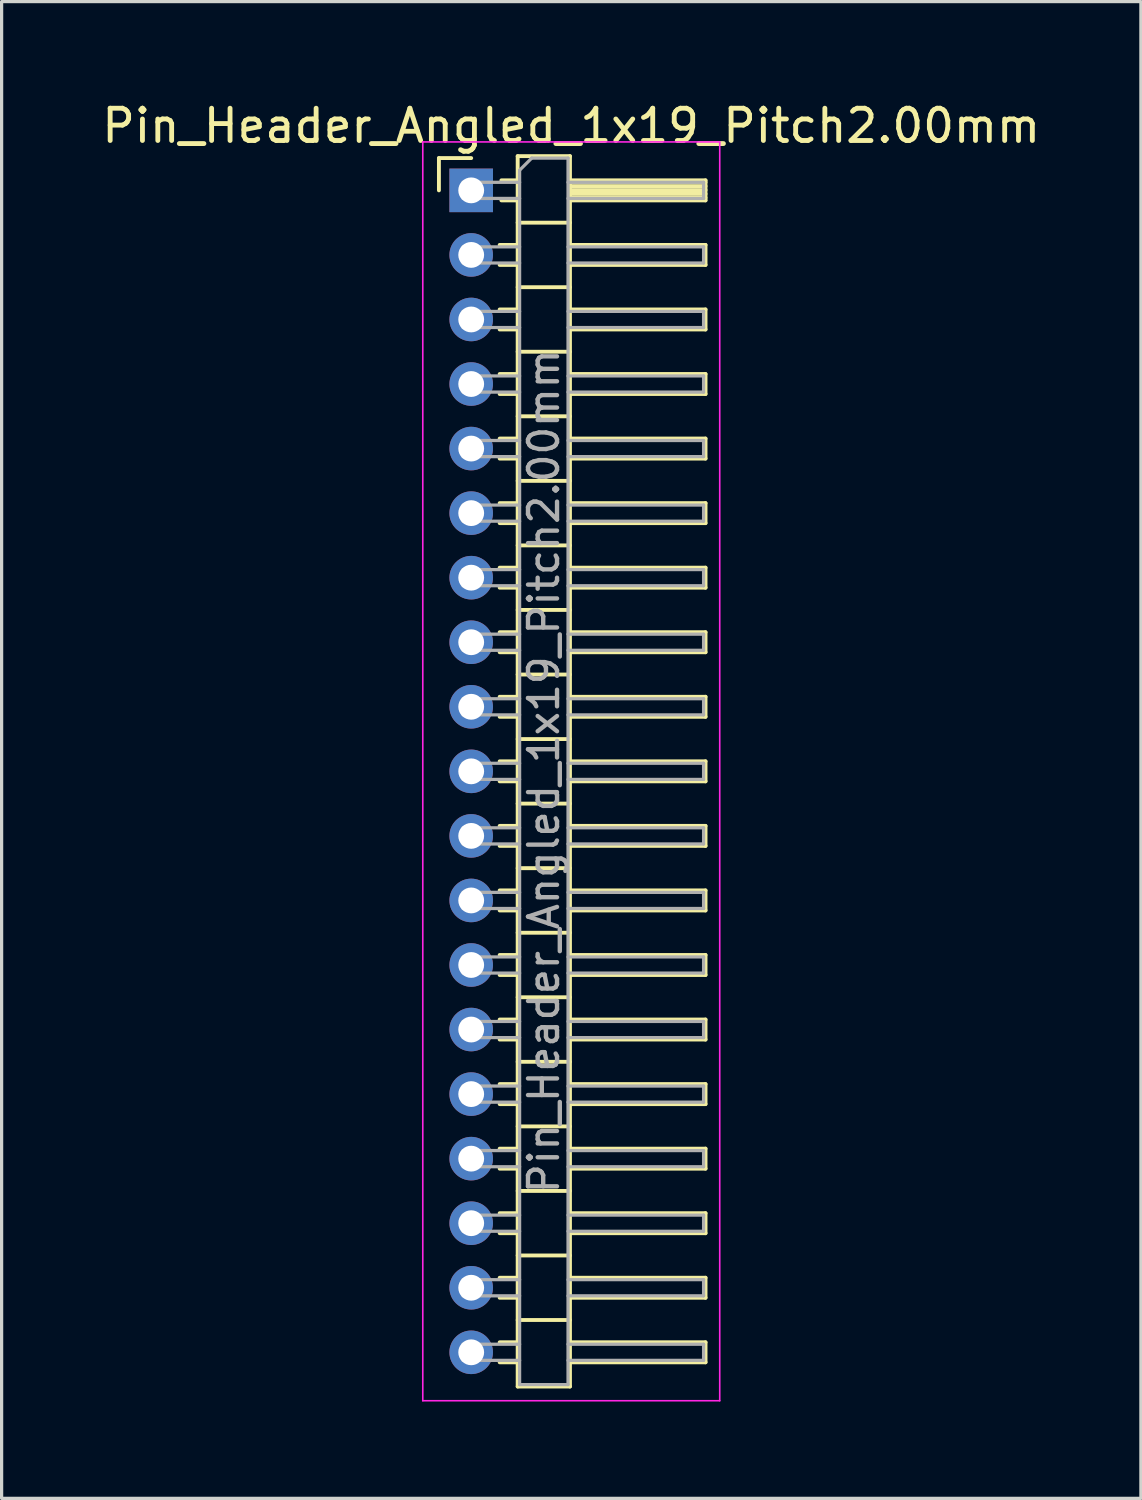
<source format=kicad_pcb>
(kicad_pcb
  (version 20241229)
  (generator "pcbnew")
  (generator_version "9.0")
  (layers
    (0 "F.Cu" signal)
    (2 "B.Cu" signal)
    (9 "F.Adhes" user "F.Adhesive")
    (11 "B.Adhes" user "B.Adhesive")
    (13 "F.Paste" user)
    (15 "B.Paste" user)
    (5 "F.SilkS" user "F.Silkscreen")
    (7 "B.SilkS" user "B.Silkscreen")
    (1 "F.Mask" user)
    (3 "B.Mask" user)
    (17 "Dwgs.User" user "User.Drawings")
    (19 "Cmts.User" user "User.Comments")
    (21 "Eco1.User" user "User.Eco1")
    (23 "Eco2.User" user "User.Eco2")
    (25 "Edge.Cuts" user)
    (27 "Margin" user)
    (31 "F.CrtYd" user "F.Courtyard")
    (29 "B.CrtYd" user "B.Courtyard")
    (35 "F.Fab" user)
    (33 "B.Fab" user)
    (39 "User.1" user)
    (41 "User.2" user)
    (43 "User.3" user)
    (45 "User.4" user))
  (footprint "Pin_Header_Angled_1x19_Pitch2.00mm"
    (layer "F.Cu")
    (at 11.549 2.848)
    (property "Reference" "Pin_Header_Angled_1x19_Pitch2.00mm" (at 3.1 -2 0) (layer "F.SilkS") (effects (font (size 1 1) (thickness 0.15))))
    (attr through_hole)
    (fp_line (start -1 -1) (end 0 -1) (stroke (width 0.12) (type solid)) (layer "F.SilkS"))
    (fp_line (start -1 0) (end -1 -1) (stroke (width 0.12) (type solid)) (layer "F.SilkS"))
    (fp_line (start 0.882 1.69) (end 1.44 1.69) (stroke (width 0.12) (type solid)) (layer "F.SilkS"))
    (fp_line (start 0.882 2.31) (end 1.44 2.31) (stroke (width 0.12) (type solid)) (layer "F.SilkS"))
    (fp_line (start 0.882 3.69) (end 1.44 3.69) (stroke (width 0.12) (type solid)) (layer "F.SilkS"))
    (fp_line (start 0.882 4.31) (end 1.44 4.31) (stroke (width 0.12) (type solid)) (layer "F.SilkS"))
    (fp_line (start 0.882 5.69) (end 1.44 5.69) (stroke (width 0.12) (type solid)) (layer "F.SilkS"))
    (fp_line (start 0.882 6.31) (end 1.44 6.31) (stroke (width 0.12) (type solid)) (layer "F.SilkS"))
    (fp_line (start 0.882 7.69) (end 1.44 7.69) (stroke (width 0.12) (type solid)) (layer "F.SilkS"))
    (fp_line (start 0.882 8.31) (end 1.44 8.31) (stroke (width 0.12) (type solid)) (layer "F.SilkS"))
    (fp_line (start 0.882 9.69) (end 1.44 9.69) (stroke (width 0.12) (type solid)) (layer "F.SilkS"))
    (fp_line (start 0.882 10.31) (end 1.44 10.31) (stroke (width 0.12) (type solid)) (layer "F.SilkS"))
    (fp_line (start 0.882 11.69) (end 1.44 11.69) (stroke (width 0.12) (type solid)) (layer "F.SilkS"))
    (fp_line (start 0.882 12.31) (end 1.44 12.31) (stroke (width 0.12) (type solid)) (layer "F.SilkS"))
    (fp_line (start 0.882 13.69) (end 1.44 13.69) (stroke (width 0.12) (type solid)) (layer "F.SilkS"))
    (fp_line (start 0.882 14.31) (end 1.44 14.31) (stroke (width 0.12) (type solid)) (layer "F.SilkS"))
    (fp_line (start 0.882 15.69) (end 1.44 15.69) (stroke (width 0.12) (type solid)) (layer "F.SilkS"))
    (fp_line (start 0.882 16.31) (end 1.44 16.31) (stroke (width 0.12) (type solid)) (layer "F.SilkS"))
    (fp_line (start 0.882 17.69) (end 1.44 17.69) (stroke (width 0.12) (type solid)) (layer "F.SilkS"))
    (fp_line (start 0.882 18.31) (end 1.44 18.31) (stroke (width 0.12) (type solid)) (layer "F.SilkS"))
    (fp_line (start 0.882 19.69) (end 1.44 19.69) (stroke (width 0.12) (type solid)) (layer "F.SilkS"))
    (fp_line (start 0.882 20.31) (end 1.44 20.31) (stroke (width 0.12) (type solid)) (layer "F.SilkS"))
    (fp_line (start 0.882 21.69) (end 1.44 21.69) (stroke (width 0.12) (type solid)) (layer "F.SilkS"))
    (fp_line (start 0.882 22.31) (end 1.44 22.31) (stroke (width 0.12) (type solid)) (layer "F.SilkS"))
    (fp_line (start 0.882 23.69) (end 1.44 23.69) (stroke (width 0.12) (type solid)) (layer "F.SilkS"))
    (fp_line (start 0.882 24.31) (end 1.44 24.31) (stroke (width 0.12) (type solid)) (layer "F.SilkS"))
    (fp_line (start 0.882 25.69) (end 1.44 25.69) (stroke (width 0.12) (type solid)) (layer "F.SilkS"))
    (fp_line (start 0.882 26.31) (end 1.44 26.31) (stroke (width 0.12) (type solid)) (layer "F.SilkS"))
    (fp_line (start 0.882 27.69) (end 1.44 27.69) (stroke (width 0.12) (type solid)) (layer "F.SilkS"))
    (fp_line (start 0.882 28.31) (end 1.44 28.31) (stroke (width 0.12) (type solid)) (layer "F.SilkS"))
    (fp_line (start 0.882 29.69) (end 1.44 29.69) (stroke (width 0.12) (type solid)) (layer "F.SilkS"))
    (fp_line (start 0.882 30.31) (end 1.44 30.31) (stroke (width 0.12) (type solid)) (layer "F.SilkS"))
    (fp_line (start 0.882 31.69) (end 1.44 31.69) (stroke (width 0.12) (type solid)) (layer "F.SilkS"))
    (fp_line (start 0.882 32.31) (end 1.44 32.31) (stroke (width 0.12) (type solid)) (layer "F.SilkS"))
    (fp_line (start 0.882 33.69) (end 1.44 33.69) (stroke (width 0.12) (type solid)) (layer "F.SilkS"))
    (fp_line (start 0.882 34.31) (end 1.44 34.31) (stroke (width 0.12) (type solid)) (layer "F.SilkS"))
    (fp_line (start 0.882 35.69) (end 1.44 35.69) (stroke (width 0.12) (type solid)) (layer "F.SilkS"))
    (fp_line (start 0.882 36.31) (end 1.44 36.31) (stroke (width 0.12) (type solid)) (layer "F.SilkS"))
    (fp_line (start 0.935 -0.31) (end 1.44 -0.31) (stroke (width 0.12) (type solid)) (layer "F.SilkS"))
    (fp_line (start 0.935 0.31) (end 1.44 0.31) (stroke (width 0.12) (type solid)) (layer "F.SilkS"))
    (fp_line (start 1.44 -1.06) (end 1.44 37.06) (stroke (width 0.12) (type solid)) (layer "F.SilkS"))
    (fp_line (start 1.44 1) (end 3.06 1) (stroke (width 0.12) (type solid)) (layer "F.SilkS"))
    (fp_line (start 1.44 3) (end 3.06 3) (stroke (width 0.12) (type solid)) (layer "F.SilkS"))
    (fp_line (start 1.44 5) (end 3.06 5) (stroke (width 0.12) (type solid)) (layer "F.SilkS"))
    (fp_line (start 1.44 7) (end 3.06 7) (stroke (width 0.12) (type solid)) (layer "F.SilkS"))
    (fp_line (start 1.44 9) (end 3.06 9) (stroke (width 0.12) (type solid)) (layer "F.SilkS"))
    (fp_line (start 1.44 11) (end 3.06 11) (stroke (width 0.12) (type solid)) (layer "F.SilkS"))
    (fp_line (start 1.44 13) (end 3.06 13) (stroke (width 0.12) (type solid)) (layer "F.SilkS"))
    (fp_line (start 1.44 15) (end 3.06 15) (stroke (width 0.12) (type solid)) (layer "F.SilkS"))
    (fp_line (start 1.44 17) (end 3.06 17) (stroke (width 0.12) (type solid)) (layer "F.SilkS"))
    (fp_line (start 1.44 19) (end 3.06 19) (stroke (width 0.12) (type solid)) (layer "F.SilkS"))
    (fp_line (start 1.44 21) (end 3.06 21) (stroke (width 0.12) (type solid)) (layer "F.SilkS"))
    (fp_line (start 1.44 23) (end 3.06 23) (stroke (width 0.12) (type solid)) (layer "F.SilkS"))
    (fp_line (start 1.44 25) (end 3.06 25) (stroke (width 0.12) (type solid)) (layer "F.SilkS"))
    (fp_line (start 1.44 27) (end 3.06 27) (stroke (width 0.12) (type solid)) (layer "F.SilkS"))
    (fp_line (start 1.44 29) (end 3.06 29) (stroke (width 0.12) (type solid)) (layer "F.SilkS"))
    (fp_line (start 1.44 31) (end 3.06 31) (stroke (width 0.12) (type solid)) (layer "F.SilkS"))
    (fp_line (start 1.44 33) (end 3.06 33) (stroke (width 0.12) (type solid)) (layer "F.SilkS"))
    (fp_line (start 1.44 35) (end 3.06 35) (stroke (width 0.12) (type solid)) (layer "F.SilkS"))
    (fp_line (start 1.44 37.06) (end 3.06 37.06) (stroke (width 0.12) (type solid)) (layer "F.SilkS"))
    (fp_line (start 3.06 -1.06) (end 1.44 -1.06) (stroke (width 0.12) (type solid)) (layer "F.SilkS"))
    (fp_line (start 3.06 -0.31) (end 7.26 -0.31) (stroke (width 0.12) (type solid)) (layer "F.SilkS"))
    (fp_line (start 3.06 -0.25) (end 7.26 -0.25) (stroke (width 0.12) (type solid)) (layer "F.SilkS"))
    (fp_line (start 3.06 -0.13) (end 7.26 -0.13) (stroke (width 0.12) (type solid)) (layer "F.SilkS"))
    (fp_line (start 3.06 -0.01) (end 7.26 -0.01) (stroke (width 0.12) (type solid)) (layer "F.SilkS"))
    (fp_line (start 3.06 0.11) (end 7.26 0.11) (stroke (width 0.12) (type solid)) (layer "F.SilkS"))
    (fp_line (start 3.06 0.23) (end 7.26 0.23) (stroke (width 0.12) (type solid)) (layer "F.SilkS"))
    (fp_line (start 3.06 1.69) (end 7.26 1.69) (stroke (width 0.12) (type solid)) (layer "F.SilkS"))
    (fp_line (start 3.06 3.69) (end 7.26 3.69) (stroke (width 0.12) (type solid)) (layer "F.SilkS"))
    (fp_line (start 3.06 5.69) (end 7.26 5.69) (stroke (width 0.12) (type solid)) (layer "F.SilkS"))
    (fp_line (start 3.06 7.69) (end 7.26 7.69) (stroke (width 0.12) (type solid)) (layer "F.SilkS"))
    (fp_line (start 3.06 9.69) (end 7.26 9.69) (stroke (width 0.12) (type solid)) (layer "F.SilkS"))
    (fp_line (start 3.06 11.69) (end 7.26 11.69) (stroke (width 0.12) (type solid)) (layer "F.SilkS"))
    (fp_line (start 3.06 13.69) (end 7.26 13.69) (stroke (width 0.12) (type solid)) (layer "F.SilkS"))
    (fp_line (start 3.06 15.69) (end 7.26 15.69) (stroke (width 0.12) (type solid)) (layer "F.SilkS"))
    (fp_line (start 3.06 17.69) (end 7.26 17.69) (stroke (width 0.12) (type solid)) (layer "F.SilkS"))
    (fp_line (start 3.06 19.69) (end 7.26 19.69) (stroke (width 0.12) (type solid)) (layer "F.SilkS"))
    (fp_line (start 3.06 21.69) (end 7.26 21.69) (stroke (width 0.12) (type solid)) (layer "F.SilkS"))
    (fp_line (start 3.06 23.69) (end 7.26 23.69) (stroke (width 0.12) (type solid)) (layer "F.SilkS"))
    (fp_line (start 3.06 25.69) (end 7.26 25.69) (stroke (width 0.12) (type solid)) (layer "F.SilkS"))
    (fp_line (start 3.06 27.69) (end 7.26 27.69) (stroke (width 0.12) (type solid)) (layer "F.SilkS"))
    (fp_line (start 3.06 29.69) (end 7.26 29.69) (stroke (width 0.12) (type solid)) (layer "F.SilkS"))
    (fp_line (start 3.06 31.69) (end 7.26 31.69) (stroke (width 0.12) (type solid)) (layer "F.SilkS"))
    (fp_line (start 3.06 33.69) (end 7.26 33.69) (stroke (width 0.12) (type solid)) (layer "F.SilkS"))
    (fp_line (start 3.06 35.69) (end 7.26 35.69) (stroke (width 0.12) (type solid)) (layer "F.SilkS"))
    (fp_line (start 3.06 37.06) (end 3.06 -1.06) (stroke (width 0.12) (type solid)) (layer "F.SilkS"))
    (fp_line (start 7.26 -0.31) (end 7.26 0.31) (stroke (width 0.12) (type solid)) (layer "F.SilkS"))
    (fp_line (start 7.26 0.31) (end 3.06 0.31) (stroke (width 0.12) (type solid)) (layer "F.SilkS"))
    (fp_line (start 7.26 1.69) (end 7.26 2.31) (stroke (width 0.12) (type solid)) (layer "F.SilkS"))
    (fp_line (start 7.26 2.31) (end 3.06 2.31) (stroke (width 0.12) (type solid)) (layer "F.SilkS"))
    (fp_line (start 7.26 3.69) (end 7.26 4.31) (stroke (width 0.12) (type solid)) (layer "F.SilkS"))
    (fp_line (start 7.26 4.31) (end 3.06 4.31) (stroke (width 0.12) (type solid)) (layer "F.SilkS"))
    (fp_line (start 7.26 5.69) (end 7.26 6.31) (stroke (width 0.12) (type solid)) (layer "F.SilkS"))
    (fp_line (start 7.26 6.31) (end 3.06 6.31) (stroke (width 0.12) (type solid)) (layer "F.SilkS"))
    (fp_line (start 7.26 7.69) (end 7.26 8.31) (stroke (width 0.12) (type solid)) (layer "F.SilkS"))
    (fp_line (start 7.26 8.31) (end 3.06 8.31) (stroke (width 0.12) (type solid)) (layer "F.SilkS"))
    (fp_line (start 7.26 9.69) (end 7.26 10.31) (stroke (width 0.12) (type solid)) (layer "F.SilkS"))
    (fp_line (start 7.26 10.31) (end 3.06 10.31) (stroke (width 0.12) (type solid)) (layer "F.SilkS"))
    (fp_line (start 7.26 11.69) (end 7.26 12.31) (stroke (width 0.12) (type solid)) (layer "F.SilkS"))
    (fp_line (start 7.26 12.31) (end 3.06 12.31) (stroke (width 0.12) (type solid)) (layer "F.SilkS"))
    (fp_line (start 7.26 13.69) (end 7.26 14.31) (stroke (width 0.12) (type solid)) (layer "F.SilkS"))
    (fp_line (start 7.26 14.31) (end 3.06 14.31) (stroke (width 0.12) (type solid)) (layer "F.SilkS"))
    (fp_line (start 7.26 15.69) (end 7.26 16.31) (stroke (width 0.12) (type solid)) (layer "F.SilkS"))
    (fp_line (start 7.26 16.31) (end 3.06 16.31) (stroke (width 0.12) (type solid)) (layer "F.SilkS"))
    (fp_line (start 7.26 17.69) (end 7.26 18.31) (stroke (width 0.12) (type solid)) (layer "F.SilkS"))
    (fp_line (start 7.26 18.31) (end 3.06 18.31) (stroke (width 0.12) (type solid)) (layer "F.SilkS"))
    (fp_line (start 7.26 19.69) (end 7.26 20.31) (stroke (width 0.12) (type solid)) (layer "F.SilkS"))
    (fp_line (start 7.26 20.31) (end 3.06 20.31) (stroke (width 0.12) (type solid)) (layer "F.SilkS"))
    (fp_line (start 7.26 21.69) (end 7.26 22.31) (stroke (width 0.12) (type solid)) (layer "F.SilkS"))
    (fp_line (start 7.26 22.31) (end 3.06 22.31) (stroke (width 0.12) (type solid)) (layer "F.SilkS"))
    (fp_line (start 7.26 23.69) (end 7.26 24.31) (stroke (width 0.12) (type solid)) (layer "F.SilkS"))
    (fp_line (start 7.26 24.31) (end 3.06 24.31) (stroke (width 0.12) (type solid)) (layer "F.SilkS"))
    (fp_line (start 7.26 25.69) (end 7.26 26.31) (stroke (width 0.12) (type solid)) (layer "F.SilkS"))
    (fp_line (start 7.26 26.31) (end 3.06 26.31) (stroke (width 0.12) (type solid)) (layer "F.SilkS"))
    (fp_line (start 7.26 27.69) (end 7.26 28.31) (stroke (width 0.12) (type solid)) (layer "F.SilkS"))
    (fp_line (start 7.26 28.31) (end 3.06 28.31) (stroke (width 0.12) (type solid)) (layer "F.SilkS"))
    (fp_line (start 7.26 29.69) (end 7.26 30.31) (stroke (width 0.12) (type solid)) (layer "F.SilkS"))
    (fp_line (start 7.26 30.31) (end 3.06 30.31) (stroke (width 0.12) (type solid)) (layer "F.SilkS"))
    (fp_line (start 7.26 31.69) (end 7.26 32.31) (stroke (width 0.12) (type solid)) (layer "F.SilkS"))
    (fp_line (start 7.26 32.31) (end 3.06 32.31) (stroke (width 0.12) (type solid)) (layer "F.SilkS"))
    (fp_line (start 7.26 33.69) (end 7.26 34.31) (stroke (width 0.12) (type solid)) (layer "F.SilkS"))
    (fp_line (start 7.26 34.31) (end 3.06 34.31) (stroke (width 0.12) (type solid)) (layer "F.SilkS"))
    (fp_line (start 7.26 35.69) (end 7.26 36.31) (stroke (width 0.12) (type solid)) (layer "F.SilkS"))
    (fp_line (start 7.26 36.31) (end 3.06 36.31) (stroke (width 0.12) (type solid)) (layer "F.SilkS"))
    (fp_line (start -1.5 -1.5) (end -1.5 37.5) (stroke (width 0.05) (type solid)) (layer "F.CrtYd"))
    (fp_line (start -1.5 37.5) (end 7.7 37.5) (stroke (width 0.05) (type solid)) (layer "F.CrtYd"))
    (fp_line (start 7.7 -1.5) (end -1.5 -1.5) (stroke (width 0.05) (type solid)) (layer "F.CrtYd"))
    (fp_line (start 7.7 37.5) (end 7.7 -1.5) (stroke (width 0.05) (type solid)) (layer "F.CrtYd"))
    (fp_line (start -0.25 -0.25) (end -0.25 0.25) (stroke (width 0.1) (type solid)) (layer "F.Fab"))
    (fp_line (start -0.25 -0.25) (end 1.5 -0.25) (stroke (width 0.1) (type solid)) (layer "F.Fab"))
    (fp_line (start -0.25 0.25) (end 1.5 0.25) (stroke (width 0.1) (type solid)) (layer "F.Fab"))
    (fp_line (start -0.25 1.75) (end -0.25 2.25) (stroke (width 0.1) (type solid)) (layer "F.Fab"))
    (fp_line (start -0.25 1.75) (end 1.5 1.75) (stroke (width 0.1) (type solid)) (layer "F.Fab"))
    (fp_line (start -0.25 2.25) (end 1.5 2.25) (stroke (width 0.1) (type solid)) (layer "F.Fab"))
    (fp_line (start -0.25 3.75) (end -0.25 4.25) (stroke (width 0.1) (type solid)) (layer "F.Fab"))
    (fp_line (start -0.25 3.75) (end 1.5 3.75) (stroke (width 0.1) (type solid)) (layer "F.Fab"))
    (fp_line (start -0.25 4.25) (end 1.5 4.25) (stroke (width 0.1) (type solid)) (layer "F.Fab"))
    (fp_line (start -0.25 5.75) (end -0.25 6.25) (stroke (width 0.1) (type solid)) (layer "F.Fab"))
    (fp_line (start -0.25 5.75) (end 1.5 5.75) (stroke (width 0.1) (type solid)) (layer "F.Fab"))
    (fp_line (start -0.25 6.25) (end 1.5 6.25) (stroke (width 0.1) (type solid)) (layer "F.Fab"))
    (fp_line (start -0.25 7.75) (end -0.25 8.25) (stroke (width 0.1) (type solid)) (layer "F.Fab"))
    (fp_line (start -0.25 7.75) (end 1.5 7.75) (stroke (width 0.1) (type solid)) (layer "F.Fab"))
    (fp_line (start -0.25 8.25) (end 1.5 8.25) (stroke (width 0.1) (type solid)) (layer "F.Fab"))
    (fp_line (start -0.25 9.75) (end -0.25 10.25) (stroke (width 0.1) (type solid)) (layer "F.Fab"))
    (fp_line (start -0.25 9.75) (end 1.5 9.75) (stroke (width 0.1) (type solid)) (layer "F.Fab"))
    (fp_line (start -0.25 10.25) (end 1.5 10.25) (stroke (width 0.1) (type solid)) (layer "F.Fab"))
    (fp_line (start -0.25 11.75) (end -0.25 12.25) (stroke (width 0.1) (type solid)) (layer "F.Fab"))
    (fp_line (start -0.25 11.75) (end 1.5 11.75) (stroke (width 0.1) (type solid)) (layer "F.Fab"))
    (fp_line (start -0.25 12.25) (end 1.5 12.25) (stroke (width 0.1) (type solid)) (layer "F.Fab"))
    (fp_line (start -0.25 13.75) (end -0.25 14.25) (stroke (width 0.1) (type solid)) (layer "F.Fab"))
    (fp_line (start -0.25 13.75) (end 1.5 13.75) (stroke (width 0.1) (type solid)) (layer "F.Fab"))
    (fp_line (start -0.25 14.25) (end 1.5 14.25) (stroke (width 0.1) (type solid)) (layer "F.Fab"))
    (fp_line (start -0.25 15.75) (end -0.25 16.25) (stroke (width 0.1) (type solid)) (layer "F.Fab"))
    (fp_line (start -0.25 15.75) (end 1.5 15.75) (stroke (width 0.1) (type solid)) (layer "F.Fab"))
    (fp_line (start -0.25 16.25) (end 1.5 16.25) (stroke (width 0.1) (type solid)) (layer "F.Fab"))
    (fp_line (start -0.25 17.75) (end -0.25 18.25) (stroke (width 0.1) (type solid)) (layer "F.Fab"))
    (fp_line (start -0.25 17.75) (end 1.5 17.75) (stroke (width 0.1) (type solid)) (layer "F.Fab"))
    (fp_line (start -0.25 18.25) (end 1.5 18.25) (stroke (width 0.1) (type solid)) (layer "F.Fab"))
    (fp_line (start -0.25 19.75) (end -0.25 20.25) (stroke (width 0.1) (type solid)) (layer "F.Fab"))
    (fp_line (start -0.25 19.75) (end 1.5 19.75) (stroke (width 0.1) (type solid)) (layer "F.Fab"))
    (fp_line (start -0.25 20.25) (end 1.5 20.25) (stroke (width 0.1) (type solid)) (layer "F.Fab"))
    (fp_line (start -0.25 21.75) (end -0.25 22.25) (stroke (width 0.1) (type solid)) (layer "F.Fab"))
    (fp_line (start -0.25 21.75) (end 1.5 21.75) (stroke (width 0.1) (type solid)) (layer "F.Fab"))
    (fp_line (start -0.25 22.25) (end 1.5 22.25) (stroke (width 0.1) (type solid)) (layer "F.Fab"))
    (fp_line (start -0.25 23.75) (end -0.25 24.25) (stroke (width 0.1) (type solid)) (layer "F.Fab"))
    (fp_line (start -0.25 23.75) (end 1.5 23.75) (stroke (width 0.1) (type solid)) (layer "F.Fab"))
    (fp_line (start -0.25 24.25) (end 1.5 24.25) (stroke (width 0.1) (type solid)) (layer "F.Fab"))
    (fp_line (start -0.25 25.75) (end -0.25 26.25) (stroke (width 0.1) (type solid)) (layer "F.Fab"))
    (fp_line (start -0.25 25.75) (end 1.5 25.75) (stroke (width 0.1) (type solid)) (layer "F.Fab"))
    (fp_line (start -0.25 26.25) (end 1.5 26.25) (stroke (width 0.1) (type solid)) (layer "F.Fab"))
    (fp_line (start -0.25 27.75) (end -0.25 28.25) (stroke (width 0.1) (type solid)) (layer "F.Fab"))
    (fp_line (start -0.25 27.75) (end 1.5 27.75) (stroke (width 0.1) (type solid)) (layer "F.Fab"))
    (fp_line (start -0.25 28.25) (end 1.5 28.25) (stroke (width 0.1) (type solid)) (layer "F.Fab"))
    (fp_line (start -0.25 29.75) (end -0.25 30.25) (stroke (width 0.1) (type solid)) (layer "F.Fab"))
    (fp_line (start -0.25 29.75) (end 1.5 29.75) (stroke (width 0.1) (type solid)) (layer "F.Fab"))
    (fp_line (start -0.25 30.25) (end 1.5 30.25) (stroke (width 0.1) (type solid)) (layer "F.Fab"))
    (fp_line (start -0.25 31.75) (end -0.25 32.25) (stroke (width 0.1) (type solid)) (layer "F.Fab"))
    (fp_line (start -0.25 31.75) (end 1.5 31.75) (stroke (width 0.1) (type solid)) (layer "F.Fab"))
    (fp_line (start -0.25 32.25) (end 1.5 32.25) (stroke (width 0.1) (type solid)) (layer "F.Fab"))
    (fp_line (start -0.25 33.75) (end -0.25 34.25) (stroke (width 0.1) (type solid)) (layer "F.Fab"))
    (fp_line (start -0.25 33.75) (end 1.5 33.75) (stroke (width 0.1) (type solid)) (layer "F.Fab"))
    (fp_line (start -0.25 34.25) (end 1.5 34.25) (stroke (width 0.1) (type solid)) (layer "F.Fab"))
    (fp_line (start -0.25 35.75) (end -0.25 36.25) (stroke (width 0.1) (type solid)) (layer "F.Fab"))
    (fp_line (start -0.25 35.75) (end 1.5 35.75) (stroke (width 0.1) (type solid)) (layer "F.Fab"))
    (fp_line (start -0.25 36.25) (end 1.5 36.25) (stroke (width 0.1) (type solid)) (layer "F.Fab"))
    (fp_line (start 1.5 -0.625) (end 1.875 -1) (stroke (width 0.1) (type solid)) (layer "F.Fab"))
    (fp_line (start 1.5 37) (end 1.5 -0.625) (stroke (width 0.1) (type solid)) (layer "F.Fab"))
    (fp_line (start 1.875 -1) (end 3 -1) (stroke (width 0.1) (type solid)) (layer "F.Fab"))
    (fp_line (start 3 -1) (end 3 37) (stroke (width 0.1) (type solid)) (layer "F.Fab"))
    (fp_line (start 3 -0.25) (end 7.2 -0.25) (stroke (width 0.1) (type solid)) (layer "F.Fab"))
    (fp_line (start 3 0.25) (end 7.2 0.25) (stroke (width 0.1) (type solid)) (layer "F.Fab"))
    (fp_line (start 3 1.75) (end 7.2 1.75) (stroke (width 0.1) (type solid)) (layer "F.Fab"))
    (fp_line (start 3 2.25) (end 7.2 2.25) (stroke (width 0.1) (type solid)) (layer "F.Fab"))
    (fp_line (start 3 3.75) (end 7.2 3.75) (stroke (width 0.1) (type solid)) (layer "F.Fab"))
    (fp_line (start 3 4.25) (end 7.2 4.25) (stroke (width 0.1) (type solid)) (layer "F.Fab"))
    (fp_line (start 3 5.75) (end 7.2 5.75) (stroke (width 0.1) (type solid)) (layer "F.Fab"))
    (fp_line (start 3 6.25) (end 7.2 6.25) (stroke (width 0.1) (type solid)) (layer "F.Fab"))
    (fp_line (start 3 7.75) (end 7.2 7.75) (stroke (width 0.1) (type solid)) (layer "F.Fab"))
    (fp_line (start 3 8.25) (end 7.2 8.25) (stroke (width 0.1) (type solid)) (layer "F.Fab"))
    (fp_line (start 3 9.75) (end 7.2 9.75) (stroke (width 0.1) (type solid)) (layer "F.Fab"))
    (fp_line (start 3 10.25) (end 7.2 10.25) (stroke (width 0.1) (type solid)) (layer "F.Fab"))
    (fp_line (start 3 11.75) (end 7.2 11.75) (stroke (width 0.1) (type solid)) (layer "F.Fab"))
    (fp_line (start 3 12.25) (end 7.2 12.25) (stroke (width 0.1) (type solid)) (layer "F.Fab"))
    (fp_line (start 3 13.75) (end 7.2 13.75) (stroke (width 0.1) (type solid)) (layer "F.Fab"))
    (fp_line (start 3 14.25) (end 7.2 14.25) (stroke (width 0.1) (type solid)) (layer "F.Fab"))
    (fp_line (start 3 15.75) (end 7.2 15.75) (stroke (width 0.1) (type solid)) (layer "F.Fab"))
    (fp_line (start 3 16.25) (end 7.2 16.25) (stroke (width 0.1) (type solid)) (layer "F.Fab"))
    (fp_line (start 3 17.75) (end 7.2 17.75) (stroke (width 0.1) (type solid)) (layer "F.Fab"))
    (fp_line (start 3 18.25) (end 7.2 18.25) (stroke (width 0.1) (type solid)) (layer "F.Fab"))
    (fp_line (start 3 19.75) (end 7.2 19.75) (stroke (width 0.1) (type solid)) (layer "F.Fab"))
    (fp_line (start 3 20.25) (end 7.2 20.25) (stroke (width 0.1) (type solid)) (layer "F.Fab"))
    (fp_line (start 3 21.75) (end 7.2 21.75) (stroke (width 0.1) (type solid)) (layer "F.Fab"))
    (fp_line (start 3 22.25) (end 7.2 22.25) (stroke (width 0.1) (type solid)) (layer "F.Fab"))
    (fp_line (start 3 23.75) (end 7.2 23.75) (stroke (width 0.1) (type solid)) (layer "F.Fab"))
    (fp_line (start 3 24.25) (end 7.2 24.25) (stroke (width 0.1) (type solid)) (layer "F.Fab"))
    (fp_line (start 3 25.75) (end 7.2 25.75) (stroke (width 0.1) (type solid)) (layer "F.Fab"))
    (fp_line (start 3 26.25) (end 7.2 26.25) (stroke (width 0.1) (type solid)) (layer "F.Fab"))
    (fp_line (start 3 27.75) (end 7.2 27.75) (stroke (width 0.1) (type solid)) (layer "F.Fab"))
    (fp_line (start 3 28.25) (end 7.2 28.25) (stroke (width 0.1) (type solid)) (layer "F.Fab"))
    (fp_line (start 3 29.75) (end 7.2 29.75) (stroke (width 0.1) (type solid)) (layer "F.Fab"))
    (fp_line (start 3 30.25) (end 7.2 30.25) (stroke (width 0.1) (type solid)) (layer "F.Fab"))
    (fp_line (start 3 31.75) (end 7.2 31.75) (stroke (width 0.1) (type solid)) (layer "F.Fab"))
    (fp_line (start 3 32.25) (end 7.2 32.25) (stroke (width 0.1) (type solid)) (layer "F.Fab"))
    (fp_line (start 3 33.75) (end 7.2 33.75) (stroke (width 0.1) (type solid)) (layer "F.Fab"))
    (fp_line (start 3 34.25) (end 7.2 34.25) (stroke (width 0.1) (type solid)) (layer "F.Fab"))
    (fp_line (start 3 35.75) (end 7.2 35.75) (stroke (width 0.1) (type solid)) (layer "F.Fab"))
    (fp_line (start 3 36.25) (end 7.2 36.25) (stroke (width 0.1) (type solid)) (layer "F.Fab"))
    (fp_line (start 3 37) (end 1.5 37) (stroke (width 0.1) (type solid)) (layer "F.Fab"))
    (fp_line (start 7.2 -0.25) (end 7.2 0.25) (stroke (width 0.1) (type solid)) (layer "F.Fab"))
    (fp_line (start 7.2 1.75) (end 7.2 2.25) (stroke (width 0.1) (type solid)) (layer "F.Fab"))
    (fp_line (start 7.2 3.75) (end 7.2 4.25) (stroke (width 0.1) (type solid)) (layer "F.Fab"))
    (fp_line (start 7.2 5.75) (end 7.2 6.25) (stroke (width 0.1) (type solid)) (layer "F.Fab"))
    (fp_line (start 7.2 7.75) (end 7.2 8.25) (stroke (width 0.1) (type solid)) (layer "F.Fab"))
    (fp_line (start 7.2 9.75) (end 7.2 10.25) (stroke (width 0.1) (type solid)) (layer "F.Fab"))
    (fp_line (start 7.2 11.75) (end 7.2 12.25) (stroke (width 0.1) (type solid)) (layer "F.Fab"))
    (fp_line (start 7.2 13.75) (end 7.2 14.25) (stroke (width 0.1) (type solid)) (layer "F.Fab"))
    (fp_line (start 7.2 15.75) (end 7.2 16.25) (stroke (width 0.1) (type solid)) (layer "F.Fab"))
    (fp_line (start 7.2 17.75) (end 7.2 18.25) (stroke (width 0.1) (type solid)) (layer "F.Fab"))
    (fp_line (start 7.2 19.75) (end 7.2 20.25) (stroke (width 0.1) (type solid)) (layer "F.Fab"))
    (fp_line (start 7.2 21.75) (end 7.2 22.25) (stroke (width 0.1) (type solid)) (layer "F.Fab"))
    (fp_line (start 7.2 23.75) (end 7.2 24.25) (stroke (width 0.1) (type solid)) (layer "F.Fab"))
    (fp_line (start 7.2 25.75) (end 7.2 26.25) (stroke (width 0.1) (type solid)) (layer "F.Fab"))
    (fp_line (start 7.2 27.75) (end 7.2 28.25) (stroke (width 0.1) (type solid)) (layer "F.Fab"))
    (fp_line (start 7.2 29.75) (end 7.2 30.25) (stroke (width 0.1) (type solid)) (layer "F.Fab"))
    (fp_line (start 7.2 31.75) (end 7.2 32.25) (stroke (width 0.1) (type solid)) (layer "F.Fab"))
    (fp_line (start 7.2 33.75) (end 7.2 34.25) (stroke (width 0.1) (type solid)) (layer "F.Fab"))
    (fp_line (start 7.2 35.75) (end 7.2 36.25) (stroke (width 0.1) (type solid)) (layer "F.Fab"))
    (fp_text user "${REFERENCE}" (at 2.25 18 90) (layer "F.Fab") (effects (font (size 0.9 0.9) (thickness 0.135))))
    (pad "1" thru_hole rect (at 0 0) (size 1.35 1.35) (drill 0.8) (layers "*.Cu" "*.Mask"))
    (pad "2" thru_hole oval (at 0 2) (size 1.35 1.35) (drill 0.8) (layers "*.Cu" "*.Mask"))
    (pad "3" thru_hole oval (at 0 4) (size 1.35 1.35) (drill 0.8) (layers "*.Cu" "*.Mask"))
    (pad "4" thru_hole oval (at 0 6) (size 1.35 1.35) (drill 0.8) (layers "*.Cu" "*.Mask"))
    (pad "5" thru_hole oval (at 0 8) (size 1.35 1.35) (drill 0.8) (layers "*.Cu" "*.Mask"))
    (pad "6" thru_hole oval (at 0 10) (size 1.35 1.35) (drill 0.8) (layers "*.Cu" "*.Mask"))
    (pad "7" thru_hole oval (at 0 12) (size 1.35 1.35) (drill 0.8) (layers "*.Cu" "*.Mask"))
    (pad "8" thru_hole oval (at 0 14) (size 1.35 1.35) (drill 0.8) (layers "*.Cu" "*.Mask"))
    (pad "9" thru_hole oval (at 0 16) (size 1.35 1.35) (drill 0.8) (layers "*.Cu" "*.Mask"))
    (pad "10" thru_hole oval (at 0 18) (size 1.35 1.35) (drill 0.8) (layers "*.Cu" "*.Mask"))
    (pad "11" thru_hole oval (at 0 20) (size 1.35 1.35) (drill 0.8) (layers "*.Cu" "*.Mask"))
    (pad "12" thru_hole oval (at 0 22) (size 1.35 1.35) (drill 0.8) (layers "*.Cu" "*.Mask"))
    (pad "13" thru_hole oval (at 0 24) (size 1.35 1.35) (drill 0.8) (layers "*.Cu" "*.Mask"))
    (pad "14" thru_hole oval (at 0 26) (size 1.35 1.35) (drill 0.8) (layers "*.Cu" "*.Mask"))
    (pad "15" thru_hole oval (at 0 28) (size 1.35 1.35) (drill 0.8) (layers "*.Cu" "*.Mask"))
    (pad "16" thru_hole oval (at 0 30) (size 1.35 1.35) (drill 0.8) (layers "*.Cu" "*.Mask"))
    (pad "17" thru_hole oval (at 0 32) (size 1.35 1.35) (drill 0.8) (layers "*.Cu" "*.Mask"))
    (pad "18" thru_hole oval (at 0 34) (size 1.35 1.35) (drill 0.8) (layers "*.Cu" "*.Mask"))
    (pad "19" thru_hole oval (at 0 36) (size 1.35 1.35) (drill 0.8) (layers "*.Cu" "*.Mask")))
  (gr_rect
    (start -3 -3)
    (end 32.298 43.373)
    (stroke (width 0.1) (type default))
    (fill no)
    (layer "Edge.Cuts")))
</source>
